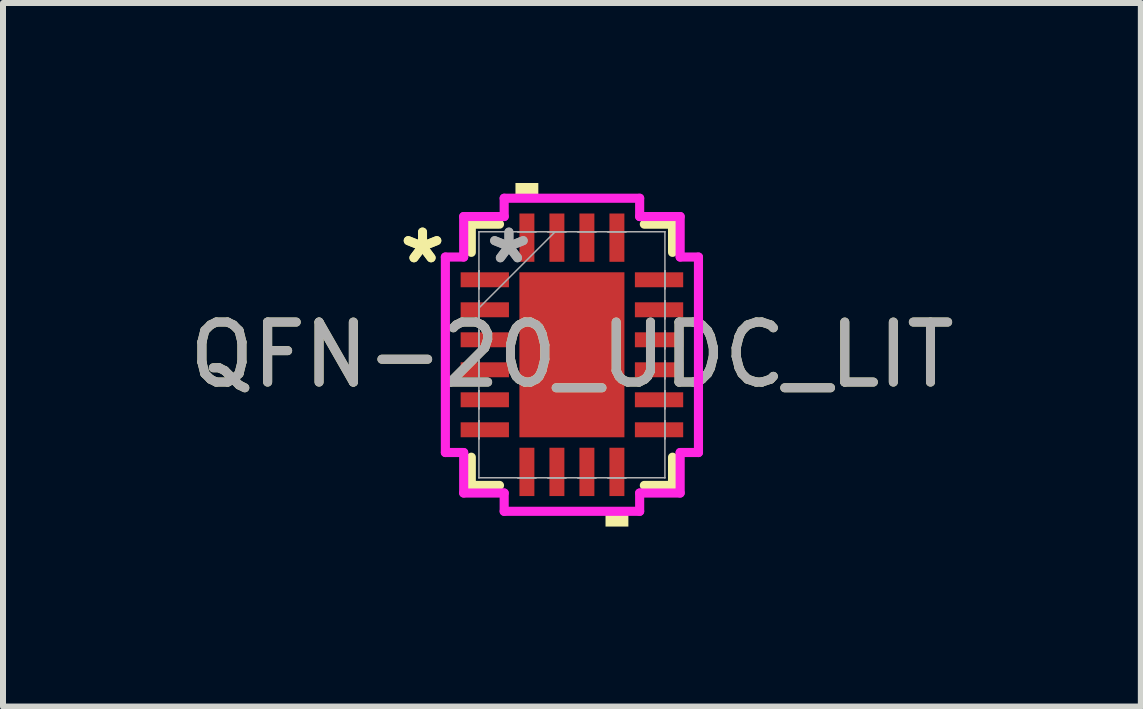
<source format=kicad_pcb>
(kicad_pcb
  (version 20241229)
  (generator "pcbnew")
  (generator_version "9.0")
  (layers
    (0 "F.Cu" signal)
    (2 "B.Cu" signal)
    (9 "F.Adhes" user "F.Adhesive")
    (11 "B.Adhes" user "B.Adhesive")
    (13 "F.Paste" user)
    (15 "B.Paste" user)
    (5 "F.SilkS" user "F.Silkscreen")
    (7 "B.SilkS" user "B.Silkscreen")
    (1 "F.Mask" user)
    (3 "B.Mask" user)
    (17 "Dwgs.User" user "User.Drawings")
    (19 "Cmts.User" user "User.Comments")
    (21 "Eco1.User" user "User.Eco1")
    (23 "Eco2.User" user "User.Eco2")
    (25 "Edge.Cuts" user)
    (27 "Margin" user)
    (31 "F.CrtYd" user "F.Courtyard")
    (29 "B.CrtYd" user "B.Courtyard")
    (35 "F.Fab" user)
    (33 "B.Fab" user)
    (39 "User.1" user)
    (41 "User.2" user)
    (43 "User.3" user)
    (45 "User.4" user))
  (footprint "QFN-20_UDC_LIT"
    (layer "F.Cu")
    (at 6.482 2.863)
    (property "Reference" "QFN-20_UDC_LIT" (at 0 0 0) (unlocked yes) (layer "F.SilkS") (effects (font (size 1 1) (thickness 0.15))))
    (attr smd)
    (fp_line (start -1.677 -2.177) (end -1.677 -1.707) (stroke (width 0.152) (type solid)) (layer "F.SilkS"))
    (fp_line (start -1.677 1.707) (end -1.677 2.177) (stroke (width 0.152) (type solid)) (layer "F.SilkS"))
    (fp_line (start -1.677 2.177) (end -1.207 2.177) (stroke (width 0.152) (type solid)) (layer "F.SilkS"))
    (fp_line (start -1.207 -2.177) (end -1.677 -2.177) (stroke (width 0.152) (type solid)) (layer "F.SilkS"))
    (fp_line (start 1.207 2.177) (end 1.677 2.177) (stroke (width 0.152) (type solid)) (layer "F.SilkS"))
    (fp_line (start 1.677 -2.177) (end 1.207 -2.177) (stroke (width 0.152) (type solid)) (layer "F.SilkS"))
    (fp_line (start 1.677 -1.707) (end 1.677 -2.177) (stroke (width 0.152) (type solid)) (layer "F.SilkS"))
    (fp_line (start 1.677 2.177) (end 1.677 1.707) (stroke (width 0.152) (type solid)) (layer "F.SilkS"))
    (fp_poly (pts (xy -0.941 -2.609) (xy -0.941 -2.863) (xy -0.56 -2.863) (xy -0.56 -2.609)) (stroke (width 0) (type solid)) (fill yes) (layer "F.SilkS"))
    (fp_poly (pts (xy 0.56 2.609) (xy 0.56 2.863) (xy 0.941 2.863) (xy 0.941 2.609)) (stroke (width 0) (type solid)) (fill yes) (layer "F.SilkS"))
    (fp_poly (pts (xy -0.775 -1.275) (xy -0.775 -0.1) (xy 0.775 -0.1) (xy 0.775 -1.275)) (stroke (width 0) (type solid)) (fill yes) (layer "F.Paste"))
    (fp_poly (pts (xy -0.775 0.1) (xy -0.775 1.275) (xy 0.775 1.275) (xy 0.775 0.1)) (stroke (width 0) (type solid)) (fill yes) (layer "F.Paste"))
    (fp_line (start -2.109 -1.629) (end -1.804 -1.629) (stroke (width 0.152) (type solid)) (layer "F.CrtYd"))
    (fp_line (start -2.109 1.629) (end -2.109 -1.629) (stroke (width 0.152) (type solid)) (layer "F.CrtYd"))
    (fp_line (start -1.804 -2.304) (end -1.129 -2.304) (stroke (width 0.152) (type solid)) (layer "F.CrtYd"))
    (fp_line (start -1.804 -1.629) (end -1.804 -2.304) (stroke (width 0.152) (type solid)) (layer "F.CrtYd"))
    (fp_line (start -1.804 1.629) (end -2.109 1.629) (stroke (width 0.152) (type solid)) (layer "F.CrtYd"))
    (fp_line (start -1.804 2.304) (end -1.804 1.629) (stroke (width 0.152) (type solid)) (layer "F.CrtYd"))
    (fp_line (start -1.129 -2.609) (end 1.129 -2.609) (stroke (width 0.152) (type solid)) (layer "F.CrtYd"))
    (fp_line (start -1.129 -2.304) (end -1.129 -2.609) (stroke (width 0.152) (type solid)) (layer "F.CrtYd"))
    (fp_line (start -1.129 2.304) (end -1.804 2.304) (stroke (width 0.152) (type solid)) (layer "F.CrtYd"))
    (fp_line (start -1.129 2.609) (end -1.129 2.304) (stroke (width 0.152) (type solid)) (layer "F.CrtYd"))
    (fp_line (start 1.129 -2.609) (end 1.129 -2.304) (stroke (width 0.152) (type solid)) (layer "F.CrtYd"))
    (fp_line (start 1.129 -2.304) (end 1.804 -2.304) (stroke (width 0.152) (type solid)) (layer "F.CrtYd"))
    (fp_line (start 1.129 2.304) (end 1.129 2.609) (stroke (width 0.152) (type solid)) (layer "F.CrtYd"))
    (fp_line (start 1.129 2.609) (end -1.129 2.609) (stroke (width 0.152) (type solid)) (layer "F.CrtYd"))
    (fp_line (start 1.804 -2.304) (end 1.804 -1.629) (stroke (width 0.152) (type solid)) (layer "F.CrtYd"))
    (fp_line (start 1.804 -1.629) (end 2.109 -1.629) (stroke (width 0.152) (type solid)) (layer "F.CrtYd"))
    (fp_line (start 1.804 1.629) (end 1.804 2.304) (stroke (width 0.152) (type solid)) (layer "F.CrtYd"))
    (fp_line (start 1.804 2.304) (end 1.129 2.304) (stroke (width 0.152) (type solid)) (layer "F.CrtYd"))
    (fp_line (start 2.109 -1.629) (end 2.109 1.629) (stroke (width 0.152) (type solid)) (layer "F.CrtYd"))
    (fp_line (start 2.109 1.629) (end 1.804 1.629) (stroke (width 0.152) (type solid)) (layer "F.CrtYd"))
    (fp_line (start -1.55 -2.05) (end -1.55 -2.05) (stroke (width 0.025) (type solid)) (layer "F.Fab"))
    (fp_line (start -1.55 -2.05) (end -1.55 2.05) (stroke (width 0.025) (type solid)) (layer "F.Fab"))
    (fp_line (start -1.55 -1.4) (end -1.55 -1.4) (stroke (width 0.025) (type solid)) (layer "F.Fab"))
    (fp_line (start -1.55 -1.4) (end -1.55 -1.1) (stroke (width 0.025) (type solid)) (layer "F.Fab"))
    (fp_line (start -1.55 -1.1) (end -1.55 -1.4) (stroke (width 0.025) (type solid)) (layer "F.Fab"))
    (fp_line (start -1.55 -1.1) (end -1.55 -1.1) (stroke (width 0.025) (type solid)) (layer "F.Fab"))
    (fp_line (start -1.55 -0.9) (end -1.55 -0.9) (stroke (width 0.025) (type solid)) (layer "F.Fab"))
    (fp_line (start -1.55 -0.9) (end -1.55 -0.6) (stroke (width 0.025) (type solid)) (layer "F.Fab"))
    (fp_line (start -1.55 -0.78) (end -0.28 -2.05) (stroke (width 0.025) (type solid)) (layer "F.Fab"))
    (fp_line (start -1.55 -0.6) (end -1.55 -0.9) (stroke (width 0.025) (type solid)) (layer "F.Fab"))
    (fp_line (start -1.55 -0.6) (end -1.55 -0.6) (stroke (width 0.025) (type solid)) (layer "F.Fab"))
    (fp_line (start -1.55 -0.4) (end -1.55 -0.4) (stroke (width 0.025) (type solid)) (layer "F.Fab"))
    (fp_line (start -1.55 -0.4) (end -1.55 -0.1) (stroke (width 0.025) (type solid)) (layer "F.Fab"))
    (fp_line (start -1.55 -0.1) (end -1.55 -0.4) (stroke (width 0.025) (type solid)) (layer "F.Fab"))
    (fp_line (start -1.55 -0.1) (end -1.55 -0.1) (stroke (width 0.025) (type solid)) (layer "F.Fab"))
    (fp_line (start -1.55 0.1) (end -1.55 0.1) (stroke (width 0.025) (type solid)) (layer "F.Fab"))
    (fp_line (start -1.55 0.1) (end -1.55 0.4) (stroke (width 0.025) (type solid)) (layer "F.Fab"))
    (fp_line (start -1.55 0.4) (end -1.55 0.1) (stroke (width 0.025) (type solid)) (layer "F.Fab"))
    (fp_line (start -1.55 0.4) (end -1.55 0.4) (stroke (width 0.025) (type solid)) (layer "F.Fab"))
    (fp_line (start -1.55 0.6) (end -1.55 0.6) (stroke (width 0.025) (type solid)) (layer "F.Fab"))
    (fp_line (start -1.55 0.6) (end -1.55 0.9) (stroke (width 0.025) (type solid)) (layer "F.Fab"))
    (fp_line (start -1.55 0.9) (end -1.55 0.6) (stroke (width 0.025) (type solid)) (layer "F.Fab"))
    (fp_line (start -1.55 0.9) (end -1.55 0.9) (stroke (width 0.025) (type solid)) (layer "F.Fab"))
    (fp_line (start -1.55 1.1) (end -1.55 1.1) (stroke (width 0.025) (type solid)) (layer "F.Fab"))
    (fp_line (start -1.55 1.1) (end -1.55 1.4) (stroke (width 0.025) (type solid)) (layer "F.Fab"))
    (fp_line (start -1.55 1.4) (end -1.55 1.1) (stroke (width 0.025) (type solid)) (layer "F.Fab"))
    (fp_line (start -1.55 1.4) (end -1.55 1.4) (stroke (width 0.025) (type solid)) (layer "F.Fab"))
    (fp_line (start -1.55 2.05) (end -1.55 2.05) (stroke (width 0.025) (type solid)) (layer "F.Fab"))
    (fp_line (start -1.55 2.05) (end 1.55 2.05) (stroke (width 0.025) (type solid)) (layer "F.Fab"))
    (fp_line (start -0.9 -2.05) (end -0.9 -2.05) (stroke (width 0.025) (type solid)) (layer "F.Fab"))
    (fp_line (start -0.9 -2.05) (end -0.6 -2.05) (stroke (width 0.025) (type solid)) (layer "F.Fab"))
    (fp_line (start -0.9 2.05) (end -0.9 2.05) (stroke (width 0.025) (type solid)) (layer "F.Fab"))
    (fp_line (start -0.9 2.05) (end -0.6 2.05) (stroke (width 0.025) (type solid)) (layer "F.Fab"))
    (fp_line (start -0.6 -2.05) (end -0.9 -2.05) (stroke (width 0.025) (type solid)) (layer "F.Fab"))
    (fp_line (start -0.6 -2.05) (end -0.6 -2.05) (stroke (width 0.025) (type solid)) (layer "F.Fab"))
    (fp_line (start -0.6 2.05) (end -0.9 2.05) (stroke (width 0.025) (type solid)) (layer "F.Fab"))
    (fp_line (start -0.6 2.05) (end -0.6 2.05) (stroke (width 0.025) (type solid)) (layer "F.Fab"))
    (fp_line (start -0.4 -2.05) (end -0.4 -2.05) (stroke (width 0.025) (type solid)) (layer "F.Fab"))
    (fp_line (start -0.4 -2.05) (end -0.1 -2.05) (stroke (width 0.025) (type solid)) (layer "F.Fab"))
    (fp_line (start -0.4 2.05) (end -0.4 2.05) (stroke (width 0.025) (type solid)) (layer "F.Fab"))
    (fp_line (start -0.4 2.05) (end -0.1 2.05) (stroke (width 0.025) (type solid)) (layer "F.Fab"))
    (fp_line (start -0.1 -2.05) (end -0.4 -2.05) (stroke (width 0.025) (type solid)) (layer "F.Fab"))
    (fp_line (start -0.1 -2.05) (end -0.1 -2.05) (stroke (width 0.025) (type solid)) (layer "F.Fab"))
    (fp_line (start -0.1 2.05) (end -0.4 2.05) (stroke (width 0.025) (type solid)) (layer "F.Fab"))
    (fp_line (start -0.1 2.05) (end -0.1 2.05) (stroke (width 0.025) (type solid)) (layer "F.Fab"))
    (fp_line (start 0.1 -2.05) (end 0.1 -2.05) (stroke (width 0.025) (type solid)) (layer "F.Fab"))
    (fp_line (start 0.1 -2.05) (end 0.4 -2.05) (stroke (width 0.025) (type solid)) (layer "F.Fab"))
    (fp_line (start 0.1 2.05) (end 0.1 2.05) (stroke (width 0.025) (type solid)) (layer "F.Fab"))
    (fp_line (start 0.1 2.05) (end 0.4 2.05) (stroke (width 0.025) (type solid)) (layer "F.Fab"))
    (fp_line (start 0.4 -2.05) (end 0.1 -2.05) (stroke (width 0.025) (type solid)) (layer "F.Fab"))
    (fp_line (start 0.4 -2.05) (end 0.4 -2.05) (stroke (width 0.025) (type solid)) (layer "F.Fab"))
    (fp_line (start 0.4 2.05) (end 0.1 2.05) (stroke (width 0.025) (type solid)) (layer "F.Fab"))
    (fp_line (start 0.4 2.05) (end 0.4 2.05) (stroke (width 0.025) (type solid)) (layer "F.Fab"))
    (fp_line (start 0.6 -2.05) (end 0.6 -2.05) (stroke (width 0.025) (type solid)) (layer "F.Fab"))
    (fp_line (start 0.6 -2.05) (end 0.9 -2.05) (stroke (width 0.025) (type solid)) (layer "F.Fab"))
    (fp_line (start 0.6 2.05) (end 0.6 2.05) (stroke (width 0.025) (type solid)) (layer "F.Fab"))
    (fp_line (start 0.6 2.05) (end 0.9 2.05) (stroke (width 0.025) (type solid)) (layer "F.Fab"))
    (fp_line (start 0.9 -2.05) (end 0.6 -2.05) (stroke (width 0.025) (type solid)) (layer "F.Fab"))
    (fp_line (start 0.9 -2.05) (end 0.9 -2.05) (stroke (width 0.025) (type solid)) (layer "F.Fab"))
    (fp_line (start 0.9 2.05) (end 0.6 2.05) (stroke (width 0.025) (type solid)) (layer "F.Fab"))
    (fp_line (start 0.9 2.05) (end 0.9 2.05) (stroke (width 0.025) (type solid)) (layer "F.Fab"))
    (fp_line (start 1.55 -2.05) (end -1.55 -2.05) (stroke (width 0.025) (type solid)) (layer "F.Fab"))
    (fp_line (start 1.55 -2.05) (end 1.55 -2.05) (stroke (width 0.025) (type solid)) (layer "F.Fab"))
    (fp_line (start 1.55 -1.4) (end 1.55 -1.4) (stroke (width 0.025) (type solid)) (layer "F.Fab"))
    (fp_line (start 1.55 -1.4) (end 1.55 -1.1) (stroke (width 0.025) (type solid)) (layer "F.Fab"))
    (fp_line (start 1.55 -1.1) (end 1.55 -1.4) (stroke (width 0.025) (type solid)) (layer "F.Fab"))
    (fp_line (start 1.55 -1.1) (end 1.55 -1.1) (stroke (width 0.025) (type solid)) (layer "F.Fab"))
    (fp_line (start 1.55 -0.9) (end 1.55 -0.9) (stroke (width 0.025) (type solid)) (layer "F.Fab"))
    (fp_line (start 1.55 -0.9) (end 1.55 -0.6) (stroke (width 0.025) (type solid)) (layer "F.Fab"))
    (fp_line (start 1.55 -0.6) (end 1.55 -0.9) (stroke (width 0.025) (type solid)) (layer "F.Fab"))
    (fp_line (start 1.55 -0.6) (end 1.55 -0.6) (stroke (width 0.025) (type solid)) (layer "F.Fab"))
    (fp_line (start 1.55 -0.4) (end 1.55 -0.4) (stroke (width 0.025) (type solid)) (layer "F.Fab"))
    (fp_line (start 1.55 -0.4) (end 1.55 -0.1) (stroke (width 0.025) (type solid)) (layer "F.Fab"))
    (fp_line (start 1.55 -0.1) (end 1.55 -0.4) (stroke (width 0.025) (type solid)) (layer "F.Fab"))
    (fp_line (start 1.55 -0.1) (end 1.55 -0.1) (stroke (width 0.025) (type solid)) (layer "F.Fab"))
    (fp_line (start 1.55 0.1) (end 1.55 0.1) (stroke (width 0.025) (type solid)) (layer "F.Fab"))
    (fp_line (start 1.55 0.1) (end 1.55 0.4) (stroke (width 0.025) (type solid)) (layer "F.Fab"))
    (fp_line (start 1.55 0.4) (end 1.55 0.1) (stroke (width 0.025) (type solid)) (layer "F.Fab"))
    (fp_line (start 1.55 0.4) (end 1.55 0.4) (stroke (width 0.025) (type solid)) (layer "F.Fab"))
    (fp_line (start 1.55 0.6) (end 1.55 0.6) (stroke (width 0.025) (type solid)) (layer "F.Fab"))
    (fp_line (start 1.55 0.6) (end 1.55 0.9) (stroke (width 0.025) (type solid)) (layer "F.Fab"))
    (fp_line (start 1.55 0.9) (end 1.55 0.6) (stroke (width 0.025) (type solid)) (layer "F.Fab"))
    (fp_line (start 1.55 0.9) (end 1.55 0.9) (stroke (width 0.025) (type solid)) (layer "F.Fab"))
    (fp_line (start 1.55 1.1) (end 1.55 1.1) (stroke (width 0.025) (type solid)) (layer "F.Fab"))
    (fp_line (start 1.55 1.1) (end 1.55 1.4) (stroke (width 0.025) (type solid)) (layer "F.Fab"))
    (fp_line (start 1.55 1.4) (end 1.55 1.1) (stroke (width 0.025) (type solid)) (layer "F.Fab"))
    (fp_line (start 1.55 1.4) (end 1.55 1.4) (stroke (width 0.025) (type solid)) (layer "F.Fab"))
    (fp_line (start 1.55 2.05) (end 1.55 -2.05) (stroke (width 0.025) (type solid)) (layer "F.Fab"))
    (fp_line (start 1.55 2.05) (end 1.55 2.05) (stroke (width 0.025) (type solid)) (layer "F.Fab"))
    (fp_text user "*" (at -2.49 -1.5 0) (layer "F.SilkS") (effects (font (size 1 1) (thickness 0.15))))
    (fp_text user "*" (at -2.49 -1.5 0) (unlocked yes) (layer "F.SilkS") (effects (font (size 1 1) (thickness 0.15))))
    (fp_text user "*" (at -1.05 -1.5 0) (layer "F.Fab") (effects (font (size 1 1) (thickness 0.15))))
    (fp_text user "*" (at -1.05 -1.5 0) (unlocked yes) (layer "F.Fab") (effects (font (size 1 1) (thickness 0.15))))
    (fp_text user "${REFERENCE}" (at 0 0 0) (unlocked yes) (layer "F.Fab") (effects (font (size 1 1) (thickness 0.15))))
    (pad "1" smd rect (at -1.452 -1.25 90) (size 0.249 0.805) (layers "F.Cu" "F.Mask" "F.Paste"))
    (pad "2" smd rect (at -1.452 -0.75 90) (size 0.249 0.805) (layers "F.Cu" "F.Mask" "F.Paste"))
    (pad "3" smd rect (at -1.452 -0.25 90) (size 0.249 0.805) (layers "F.Cu" "F.Mask" "F.Paste"))
    (pad "4" smd rect (at -1.452 0.25 90) (size 0.249 0.805) (layers "F.Cu" "F.Mask" "F.Paste"))
    (pad "5" smd rect (at -1.452 0.75 90) (size 0.249 0.805) (layers "F.Cu" "F.Mask" "F.Paste"))
    (pad "6" smd rect (at -1.452 1.25 90) (size 0.249 0.805) (layers "F.Cu" "F.Mask" "F.Paste"))
    (pad "7" smd rect (at -0.75 1.952) (size 0.249 0.805) (layers "F.Cu" "F.Mask" "F.Paste"))
    (pad "8" smd rect (at -0.25 1.952) (size 0.249 0.805) (layers "F.Cu" "F.Mask" "F.Paste"))
    (pad "9" smd rect (at 0.25 1.952) (size 0.249 0.805) (layers "F.Cu" "F.Mask" "F.Paste"))
    (pad "10" smd rect (at 0.75 1.952) (size 0.249 0.805) (layers "F.Cu" "F.Mask" "F.Paste"))
    (pad "11" smd rect (at 1.452 1.25 90) (size 0.249 0.805) (layers "F.Cu" "F.Mask" "F.Paste"))
    (pad "12" smd rect (at 1.452 0.75 90) (size 0.249 0.805) (layers "F.Cu" "F.Mask" "F.Paste"))
    (pad "13" smd rect (at 1.452 0.25 90) (size 0.249 0.805) (layers "F.Cu" "F.Mask" "F.Paste"))
    (pad "14" smd rect (at 1.452 -0.25 90) (size 0.249 0.805) (layers "F.Cu" "F.Mask" "F.Paste"))
    (pad "15" smd rect (at 1.452 -0.75 90) (size 0.249 0.805) (layers "F.Cu" "F.Mask" "F.Paste"))
    (pad "16" smd rect (at 1.452 -1.25 90) (size 0.249 0.805) (layers "F.Cu" "F.Mask" "F.Paste"))
    (pad "17" smd rect (at 0.75 -1.952) (size 0.249 0.805) (layers "F.Cu" "F.Mask" "F.Paste"))
    (pad "18" smd rect (at 0.25 -1.952) (size 0.249 0.805) (layers "F.Cu" "F.Mask" "F.Paste"))
    (pad "19" smd rect (at -0.25 -1.952) (size 0.249 0.805) (layers "F.Cu" "F.Mask" "F.Paste"))
    (pad "20" smd rect (at -0.75 -1.952) (size 0.249 0.805) (layers "F.Cu" "F.Mask" "F.Paste"))
    (pad "21" smd rect (at 0 0) (size 1.75 2.75) (layers "F.Cu" "F.Mask" "F.Paste")))
  (gr_rect
    (start -3 -3)
    (end 15.964 8.726)
    (stroke (width 0.1) (type default))
    (fill no)
    (layer "Edge.Cuts")))
</source>
